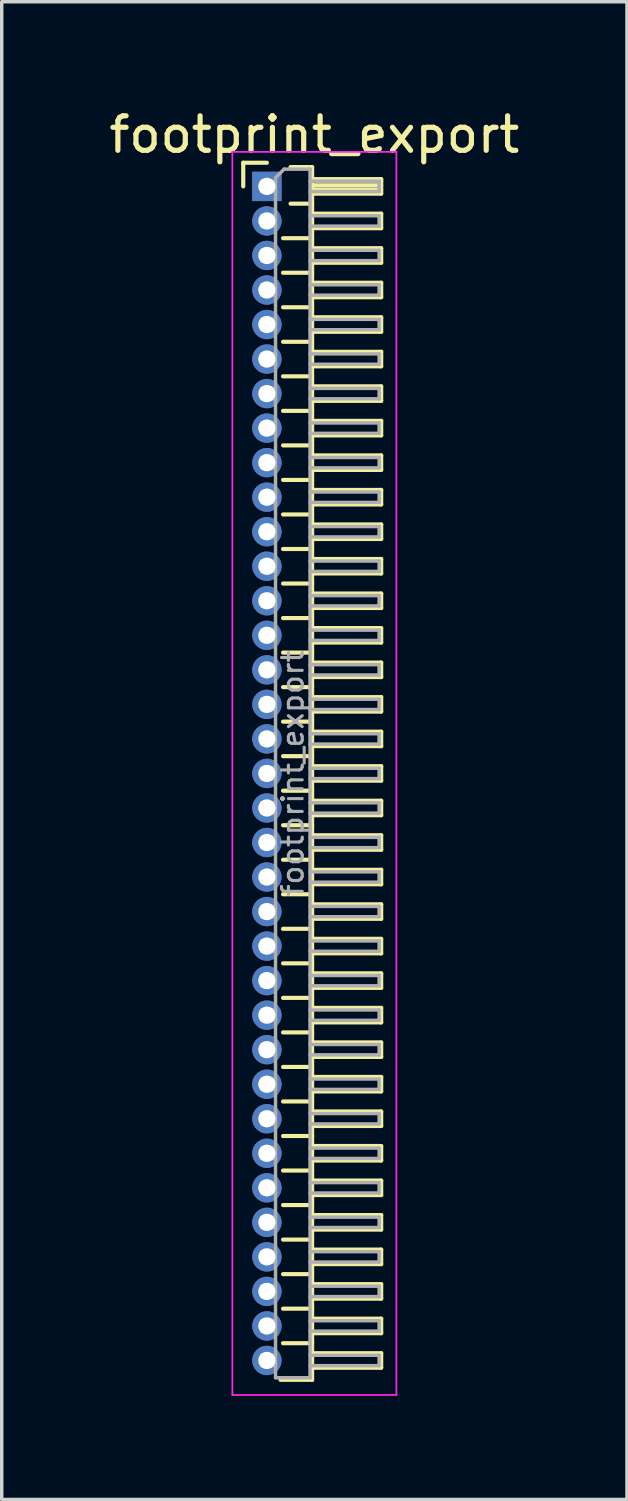
<source format=kicad_pcb>
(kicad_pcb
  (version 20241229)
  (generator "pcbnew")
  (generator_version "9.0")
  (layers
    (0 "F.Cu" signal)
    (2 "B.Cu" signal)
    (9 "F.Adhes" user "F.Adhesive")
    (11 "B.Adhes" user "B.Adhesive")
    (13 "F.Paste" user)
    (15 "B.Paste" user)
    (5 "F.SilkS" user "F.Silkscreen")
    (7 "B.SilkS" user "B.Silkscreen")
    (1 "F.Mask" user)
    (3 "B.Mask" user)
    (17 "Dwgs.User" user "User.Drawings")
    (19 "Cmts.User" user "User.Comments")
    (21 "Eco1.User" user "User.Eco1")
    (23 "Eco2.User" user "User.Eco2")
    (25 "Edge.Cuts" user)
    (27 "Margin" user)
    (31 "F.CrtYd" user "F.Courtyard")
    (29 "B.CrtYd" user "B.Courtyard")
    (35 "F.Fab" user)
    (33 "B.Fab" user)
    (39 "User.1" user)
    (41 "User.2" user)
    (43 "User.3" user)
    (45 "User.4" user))
  (footprint "footprint_export"
    (layer "F.Cu")
    (at 4.679 2.348)
    (property "Reference" "footprint_export" (at 1.375 -1.5 0) (layer "F.SilkS") (effects (font (size 1 1) (thickness 0.15))))
    (attr through_hole)
    (fp_line (start -0.685 -0.685) (end 0 -0.685) (stroke (width 0.12) (type solid)) (layer "F.SilkS"))
    (fp_line (start -0.685 0) (end -0.685 -0.685) (stroke (width 0.12) (type solid)) (layer "F.SilkS"))
    (fp_line (start 0.468 1.5) (end 1.31 1.5) (stroke (width 0.12) (type solid)) (layer "F.SilkS"))
    (fp_line (start 0.468 2.5) (end 1.31 2.5) (stroke (width 0.12) (type solid)) (layer "F.SilkS"))
    (fp_line (start 0.468 3.5) (end 1.31 3.5) (stroke (width 0.12) (type solid)) (layer "F.SilkS"))
    (fp_line (start 0.468 4.5) (end 1.31 4.5) (stroke (width 0.12) (type solid)) (layer "F.SilkS"))
    (fp_line (start 0.468 5.5) (end 1.31 5.5) (stroke (width 0.12) (type solid)) (layer "F.SilkS"))
    (fp_line (start 0.468 6.5) (end 1.31 6.5) (stroke (width 0.12) (type solid)) (layer "F.SilkS"))
    (fp_line (start 0.468 7.5) (end 1.31 7.5) (stroke (width 0.12) (type solid)) (layer "F.SilkS"))
    (fp_line (start 0.468 8.5) (end 1.31 8.5) (stroke (width 0.12) (type solid)) (layer "F.SilkS"))
    (fp_line (start 0.468 9.5) (end 1.31 9.5) (stroke (width 0.12) (type solid)) (layer "F.SilkS"))
    (fp_line (start 0.468 10.5) (end 1.31 10.5) (stroke (width 0.12) (type solid)) (layer "F.SilkS"))
    (fp_line (start 0.468 11.5) (end 1.31 11.5) (stroke (width 0.12) (type solid)) (layer "F.SilkS"))
    (fp_line (start 0.468 12.5) (end 1.31 12.5) (stroke (width 0.12) (type solid)) (layer "F.SilkS"))
    (fp_line (start 0.468 13.5) (end 1.31 13.5) (stroke (width 0.12) (type solid)) (layer "F.SilkS"))
    (fp_line (start 0.468 14.5) (end 1.31 14.5) (stroke (width 0.12) (type solid)) (layer "F.SilkS"))
    (fp_line (start 0.468 15.5) (end 1.31 15.5) (stroke (width 0.12) (type solid)) (layer "F.SilkS"))
    (fp_line (start 0.468 16.5) (end 1.31 16.5) (stroke (width 0.12) (type solid)) (layer "F.SilkS"))
    (fp_line (start 0.468 17.5) (end 1.31 17.5) (stroke (width 0.12) (type solid)) (layer "F.SilkS"))
    (fp_line (start 0.468 18.5) (end 1.31 18.5) (stroke (width 0.12) (type solid)) (layer "F.SilkS"))
    (fp_line (start 0.468 19.5) (end 1.31 19.5) (stroke (width 0.12) (type solid)) (layer "F.SilkS"))
    (fp_line (start 0.468 20.5) (end 1.31 20.5) (stroke (width 0.12) (type solid)) (layer "F.SilkS"))
    (fp_line (start 0.468 21.5) (end 1.31 21.5) (stroke (width 0.12) (type solid)) (layer "F.SilkS"))
    (fp_line (start 0.468 22.5) (end 1.31 22.5) (stroke (width 0.12) (type solid)) (layer "F.SilkS"))
    (fp_line (start 0.468 23.5) (end 1.31 23.5) (stroke (width 0.12) (type solid)) (layer "F.SilkS"))
    (fp_line (start 0.468 24.5) (end 1.31 24.5) (stroke (width 0.12) (type solid)) (layer "F.SilkS"))
    (fp_line (start 0.468 25.5) (end 1.31 25.5) (stroke (width 0.12) (type solid)) (layer "F.SilkS"))
    (fp_line (start 0.468 26.5) (end 1.31 26.5) (stroke (width 0.12) (type solid)) (layer "F.SilkS"))
    (fp_line (start 0.468 27.5) (end 1.31 27.5) (stroke (width 0.12) (type solid)) (layer "F.SilkS"))
    (fp_line (start 0.468 28.5) (end 1.31 28.5) (stroke (width 0.12) (type solid)) (layer "F.SilkS"))
    (fp_line (start 0.468 29.5) (end 1.31 29.5) (stroke (width 0.12) (type solid)) (layer "F.SilkS"))
    (fp_line (start 0.468 30.5) (end 1.31 30.5) (stroke (width 0.12) (type solid)) (layer "F.SilkS"))
    (fp_line (start 0.468 31.5) (end 1.31 31.5) (stroke (width 0.12) (type solid)) (layer "F.SilkS"))
    (fp_line (start 0.468 32.5) (end 1.31 32.5) (stroke (width 0.12) (type solid)) (layer "F.SilkS"))
    (fp_line (start 0.468 33.5) (end 1.31 33.5) (stroke (width 0.12) (type solid)) (layer "F.SilkS"))
    (fp_line (start 0.685 -0.56) (end 1.31 -0.56) (stroke (width 0.12) (type solid)) (layer "F.SilkS"))
    (fp_line (start 0.685 0.5) (end 1.31 0.5) (stroke (width 0.12) (type solid)) (layer "F.SilkS"))
    (fp_line (start 1.31 -0.56) (end 1.31 34.56) (stroke (width 0.12) (type solid)) (layer "F.SilkS"))
    (fp_line (start 1.31 -0.21) (end 3.31 -0.21) (stroke (width 0.12) (type solid)) (layer "F.SilkS"))
    (fp_line (start 1.31 -0.15) (end 3.31 -0.15) (stroke (width 0.12) (type solid)) (layer "F.SilkS"))
    (fp_line (start 1.31 -0.03) (end 3.31 -0.03) (stroke (width 0.12) (type solid)) (layer "F.SilkS"))
    (fp_line (start 1.31 0.09) (end 3.31 0.09) (stroke (width 0.12) (type solid)) (layer "F.SilkS"))
    (fp_line (start 1.31 0.79) (end 3.31 0.79) (stroke (width 0.12) (type solid)) (layer "F.SilkS"))
    (fp_line (start 1.31 1.79) (end 3.31 1.79) (stroke (width 0.12) (type solid)) (layer "F.SilkS"))
    (fp_line (start 1.31 2.79) (end 3.31 2.79) (stroke (width 0.12) (type solid)) (layer "F.SilkS"))
    (fp_line (start 1.31 3.79) (end 3.31 3.79) (stroke (width 0.12) (type solid)) (layer "F.SilkS"))
    (fp_line (start 1.31 4.79) (end 3.31 4.79) (stroke (width 0.12) (type solid)) (layer "F.SilkS"))
    (fp_line (start 1.31 5.79) (end 3.31 5.79) (stroke (width 0.12) (type solid)) (layer "F.SilkS"))
    (fp_line (start 1.31 6.79) (end 3.31 6.79) (stroke (width 0.12) (type solid)) (layer "F.SilkS"))
    (fp_line (start 1.31 7.79) (end 3.31 7.79) (stroke (width 0.12) (type solid)) (layer "F.SilkS"))
    (fp_line (start 1.31 8.79) (end 3.31 8.79) (stroke (width 0.12) (type solid)) (layer "F.SilkS"))
    (fp_line (start 1.31 9.79) (end 3.31 9.79) (stroke (width 0.12) (type solid)) (layer "F.SilkS"))
    (fp_line (start 1.31 10.79) (end 3.31 10.79) (stroke (width 0.12) (type solid)) (layer "F.SilkS"))
    (fp_line (start 1.31 11.79) (end 3.31 11.79) (stroke (width 0.12) (type solid)) (layer "F.SilkS"))
    (fp_line (start 1.31 12.79) (end 3.31 12.79) (stroke (width 0.12) (type solid)) (layer "F.SilkS"))
    (fp_line (start 1.31 13.79) (end 3.31 13.79) (stroke (width 0.12) (type solid)) (layer "F.SilkS"))
    (fp_line (start 1.31 14.79) (end 3.31 14.79) (stroke (width 0.12) (type solid)) (layer "F.SilkS"))
    (fp_line (start 1.31 15.79) (end 3.31 15.79) (stroke (width 0.12) (type solid)) (layer "F.SilkS"))
    (fp_line (start 1.31 16.79) (end 3.31 16.79) (stroke (width 0.12) (type solid)) (layer "F.SilkS"))
    (fp_line (start 1.31 17.79) (end 3.31 17.79) (stroke (width 0.12) (type solid)) (layer "F.SilkS"))
    (fp_line (start 1.31 18.79) (end 3.31 18.79) (stroke (width 0.12) (type solid)) (layer "F.SilkS"))
    (fp_line (start 1.31 19.79) (end 3.31 19.79) (stroke (width 0.12) (type solid)) (layer "F.SilkS"))
    (fp_line (start 1.31 20.79) (end 3.31 20.79) (stroke (width 0.12) (type solid)) (layer "F.SilkS"))
    (fp_line (start 1.31 21.79) (end 3.31 21.79) (stroke (width 0.12) (type solid)) (layer "F.SilkS"))
    (fp_line (start 1.31 22.79) (end 3.31 22.79) (stroke (width 0.12) (type solid)) (layer "F.SilkS"))
    (fp_line (start 1.31 23.79) (end 3.31 23.79) (stroke (width 0.12) (type solid)) (layer "F.SilkS"))
    (fp_line (start 1.31 24.79) (end 3.31 24.79) (stroke (width 0.12) (type solid)) (layer "F.SilkS"))
    (fp_line (start 1.31 25.79) (end 3.31 25.79) (stroke (width 0.12) (type solid)) (layer "F.SilkS"))
    (fp_line (start 1.31 26.79) (end 3.31 26.79) (stroke (width 0.12) (type solid)) (layer "F.SilkS"))
    (fp_line (start 1.31 27.79) (end 3.31 27.79) (stroke (width 0.12) (type solid)) (layer "F.SilkS"))
    (fp_line (start 1.31 28.79) (end 3.31 28.79) (stroke (width 0.12) (type solid)) (layer "F.SilkS"))
    (fp_line (start 1.31 29.79) (end 3.31 29.79) (stroke (width 0.12) (type solid)) (layer "F.SilkS"))
    (fp_line (start 1.31 30.79) (end 3.31 30.79) (stroke (width 0.12) (type solid)) (layer "F.SilkS"))
    (fp_line (start 1.31 31.79) (end 3.31 31.79) (stroke (width 0.12) (type solid)) (layer "F.SilkS"))
    (fp_line (start 1.31 32.79) (end 3.31 32.79) (stroke (width 0.12) (type solid)) (layer "F.SilkS"))
    (fp_line (start 1.31 33.79) (end 3.31 33.79) (stroke (width 0.12) (type solid)) (layer "F.SilkS"))
    (fp_line (start 1.31 34.56) (end 0.394 34.56) (stroke (width 0.12) (type solid)) (layer "F.SilkS"))
    (fp_line (start 3.31 -0.21) (end 3.31 0.21) (stroke (width 0.12) (type solid)) (layer "F.SilkS"))
    (fp_line (start 3.31 0.21) (end 1.31 0.21) (stroke (width 0.12) (type solid)) (layer "F.SilkS"))
    (fp_line (start 3.31 0.79) (end 3.31 1.21) (stroke (width 0.12) (type solid)) (layer "F.SilkS"))
    (fp_line (start 3.31 1.21) (end 1.31 1.21) (stroke (width 0.12) (type solid)) (layer "F.SilkS"))
    (fp_line (start 3.31 1.79) (end 3.31 2.21) (stroke (width 0.12) (type solid)) (layer "F.SilkS"))
    (fp_line (start 3.31 2.21) (end 1.31 2.21) (stroke (width 0.12) (type solid)) (layer "F.SilkS"))
    (fp_line (start 3.31 2.79) (end 3.31 3.21) (stroke (width 0.12) (type solid)) (layer "F.SilkS"))
    (fp_line (start 3.31 3.21) (end 1.31 3.21) (stroke (width 0.12) (type solid)) (layer "F.SilkS"))
    (fp_line (start 3.31 3.79) (end 3.31 4.21) (stroke (width 0.12) (type solid)) (layer "F.SilkS"))
    (fp_line (start 3.31 4.21) (end 1.31 4.21) (stroke (width 0.12) (type solid)) (layer "F.SilkS"))
    (fp_line (start 3.31 4.79) (end 3.31 5.21) (stroke (width 0.12) (type solid)) (layer "F.SilkS"))
    (fp_line (start 3.31 5.21) (end 1.31 5.21) (stroke (width 0.12) (type solid)) (layer "F.SilkS"))
    (fp_line (start 3.31 5.79) (end 3.31 6.21) (stroke (width 0.12) (type solid)) (layer "F.SilkS"))
    (fp_line (start 3.31 6.21) (end 1.31 6.21) (stroke (width 0.12) (type solid)) (layer "F.SilkS"))
    (fp_line (start 3.31 6.79) (end 3.31 7.21) (stroke (width 0.12) (type solid)) (layer "F.SilkS"))
    (fp_line (start 3.31 7.21) (end 1.31 7.21) (stroke (width 0.12) (type solid)) (layer "F.SilkS"))
    (fp_line (start 3.31 7.79) (end 3.31 8.21) (stroke (width 0.12) (type solid)) (layer "F.SilkS"))
    (fp_line (start 3.31 8.21) (end 1.31 8.21) (stroke (width 0.12) (type solid)) (layer "F.SilkS"))
    (fp_line (start 3.31 8.79) (end 3.31 9.21) (stroke (width 0.12) (type solid)) (layer "F.SilkS"))
    (fp_line (start 3.31 9.21) (end 1.31 9.21) (stroke (width 0.12) (type solid)) (layer "F.SilkS"))
    (fp_line (start 3.31 9.79) (end 3.31 10.21) (stroke (width 0.12) (type solid)) (layer "F.SilkS"))
    (fp_line (start 3.31 10.21) (end 1.31 10.21) (stroke (width 0.12) (type solid)) (layer "F.SilkS"))
    (fp_line (start 3.31 10.79) (end 3.31 11.21) (stroke (width 0.12) (type solid)) (layer "F.SilkS"))
    (fp_line (start 3.31 11.21) (end 1.31 11.21) (stroke (width 0.12) (type solid)) (layer "F.SilkS"))
    (fp_line (start 3.31 11.79) (end 3.31 12.21) (stroke (width 0.12) (type solid)) (layer "F.SilkS"))
    (fp_line (start 3.31 12.21) (end 1.31 12.21) (stroke (width 0.12) (type solid)) (layer "F.SilkS"))
    (fp_line (start 3.31 12.79) (end 3.31 13.21) (stroke (width 0.12) (type solid)) (layer "F.SilkS"))
    (fp_line (start 3.31 13.21) (end 1.31 13.21) (stroke (width 0.12) (type solid)) (layer "F.SilkS"))
    (fp_line (start 3.31 13.79) (end 3.31 14.21) (stroke (width 0.12) (type solid)) (layer "F.SilkS"))
    (fp_line (start 3.31 14.21) (end 1.31 14.21) (stroke (width 0.12) (type solid)) (layer "F.SilkS"))
    (fp_line (start 3.31 14.79) (end 3.31 15.21) (stroke (width 0.12) (type solid)) (layer "F.SilkS"))
    (fp_line (start 3.31 15.21) (end 1.31 15.21) (stroke (width 0.12) (type solid)) (layer "F.SilkS"))
    (fp_line (start 3.31 15.79) (end 3.31 16.21) (stroke (width 0.12) (type solid)) (layer "F.SilkS"))
    (fp_line (start 3.31 16.21) (end 1.31 16.21) (stroke (width 0.12) (type solid)) (layer "F.SilkS"))
    (fp_line (start 3.31 16.79) (end 3.31 17.21) (stroke (width 0.12) (type solid)) (layer "F.SilkS"))
    (fp_line (start 3.31 17.21) (end 1.31 17.21) (stroke (width 0.12) (type solid)) (layer "F.SilkS"))
    (fp_line (start 3.31 17.79) (end 3.31 18.21) (stroke (width 0.12) (type solid)) (layer "F.SilkS"))
    (fp_line (start 3.31 18.21) (end 1.31 18.21) (stroke (width 0.12) (type solid)) (layer "F.SilkS"))
    (fp_line (start 3.31 18.79) (end 3.31 19.21) (stroke (width 0.12) (type solid)) (layer "F.SilkS"))
    (fp_line (start 3.31 19.21) (end 1.31 19.21) (stroke (width 0.12) (type solid)) (layer "F.SilkS"))
    (fp_line (start 3.31 19.79) (end 3.31 20.21) (stroke (width 0.12) (type solid)) (layer "F.SilkS"))
    (fp_line (start 3.31 20.21) (end 1.31 20.21) (stroke (width 0.12) (type solid)) (layer "F.SilkS"))
    (fp_line (start 3.31 20.79) (end 3.31 21.21) (stroke (width 0.12) (type solid)) (layer "F.SilkS"))
    (fp_line (start 3.31 21.21) (end 1.31 21.21) (stroke (width 0.12) (type solid)) (layer "F.SilkS"))
    (fp_line (start 3.31 21.79) (end 3.31 22.21) (stroke (width 0.12) (type solid)) (layer "F.SilkS"))
    (fp_line (start 3.31 22.21) (end 1.31 22.21) (stroke (width 0.12) (type solid)) (layer "F.SilkS"))
    (fp_line (start 3.31 22.79) (end 3.31 23.21) (stroke (width 0.12) (type solid)) (layer "F.SilkS"))
    (fp_line (start 3.31 23.21) (end 1.31 23.21) (stroke (width 0.12) (type solid)) (layer "F.SilkS"))
    (fp_line (start 3.31 23.79) (end 3.31 24.21) (stroke (width 0.12) (type solid)) (layer "F.SilkS"))
    (fp_line (start 3.31 24.21) (end 1.31 24.21) (stroke (width 0.12) (type solid)) (layer "F.SilkS"))
    (fp_line (start 3.31 24.79) (end 3.31 25.21) (stroke (width 0.12) (type solid)) (layer "F.SilkS"))
    (fp_line (start 3.31 25.21) (end 1.31 25.21) (stroke (width 0.12) (type solid)) (layer "F.SilkS"))
    (fp_line (start 3.31 25.79) (end 3.31 26.21) (stroke (width 0.12) (type solid)) (layer "F.SilkS"))
    (fp_line (start 3.31 26.21) (end 1.31 26.21) (stroke (width 0.12) (type solid)) (layer "F.SilkS"))
    (fp_line (start 3.31 26.79) (end 3.31 27.21) (stroke (width 0.12) (type solid)) (layer "F.SilkS"))
    (fp_line (start 3.31 27.21) (end 1.31 27.21) (stroke (width 0.12) (type solid)) (layer "F.SilkS"))
    (fp_line (start 3.31 27.79) (end 3.31 28.21) (stroke (width 0.12) (type solid)) (layer "F.SilkS"))
    (fp_line (start 3.31 28.21) (end 1.31 28.21) (stroke (width 0.12) (type solid)) (layer "F.SilkS"))
    (fp_line (start 3.31 28.79) (end 3.31 29.21) (stroke (width 0.12) (type solid)) (layer "F.SilkS"))
    (fp_line (start 3.31 29.21) (end 1.31 29.21) (stroke (width 0.12) (type solid)) (layer "F.SilkS"))
    (fp_line (start 3.31 29.79) (end 3.31 30.21) (stroke (width 0.12) (type solid)) (layer "F.SilkS"))
    (fp_line (start 3.31 30.21) (end 1.31 30.21) (stroke (width 0.12) (type solid)) (layer "F.SilkS"))
    (fp_line (start 3.31 30.79) (end 3.31 31.21) (stroke (width 0.12) (type solid)) (layer "F.SilkS"))
    (fp_line (start 3.31 31.21) (end 1.31 31.21) (stroke (width 0.12) (type solid)) (layer "F.SilkS"))
    (fp_line (start 3.31 31.79) (end 3.31 32.21) (stroke (width 0.12) (type solid)) (layer "F.SilkS"))
    (fp_line (start 3.31 32.21) (end 1.31 32.21) (stroke (width 0.12) (type solid)) (layer "F.SilkS"))
    (fp_line (start 3.31 32.79) (end 3.31 33.21) (stroke (width 0.12) (type solid)) (layer "F.SilkS"))
    (fp_line (start 3.31 33.21) (end 1.31 33.21) (stroke (width 0.12) (type solid)) (layer "F.SilkS"))
    (fp_line (start 3.31 33.79) (end 3.31 34.21) (stroke (width 0.12) (type solid)) (layer "F.SilkS"))
    (fp_line (start 3.31 34.21) (end 1.31 34.21) (stroke (width 0.12) (type solid)) (layer "F.SilkS"))
    (fp_line (start -1 -1) (end -1 35) (stroke (width 0.05) (type solid)) (layer "F.CrtYd"))
    (fp_line (start -1 35) (end 3.75 35) (stroke (width 0.05) (type solid)) (layer "F.CrtYd"))
    (fp_line (start 3.75 -1) (end -1 -1) (stroke (width 0.05) (type solid)) (layer "F.CrtYd"))
    (fp_line (start 3.75 35) (end 3.75 -1) (stroke (width 0.05) (type solid)) (layer "F.CrtYd"))
    (fp_line (start -0.15 -0.15) (end -0.15 0.15) (stroke (width 0.1) (type solid)) (layer "F.Fab"))
    (fp_line (start -0.15 -0.15) (end 0.25 -0.15) (stroke (width 0.1) (type solid)) (layer "F.Fab"))
    (fp_line (start -0.15 0.15) (end 0.25 0.15) (stroke (width 0.1) (type solid)) (layer "F.Fab"))
    (fp_line (start -0.15 0.85) (end -0.15 1.15) (stroke (width 0.1) (type solid)) (layer "F.Fab"))
    (fp_line (start -0.15 0.85) (end 0.25 0.85) (stroke (width 0.1) (type solid)) (layer "F.Fab"))
    (fp_line (start -0.15 1.15) (end 0.25 1.15) (stroke (width 0.1) (type solid)) (layer "F.Fab"))
    (fp_line (start -0.15 1.85) (end -0.15 2.15) (stroke (width 0.1) (type solid)) (layer "F.Fab"))
    (fp_line (start -0.15 1.85) (end 0.25 1.85) (stroke (width 0.1) (type solid)) (layer "F.Fab"))
    (fp_line (start -0.15 2.15) (end 0.25 2.15) (stroke (width 0.1) (type solid)) (layer "F.Fab"))
    (fp_line (start -0.15 2.85) (end -0.15 3.15) (stroke (width 0.1) (type solid)) (layer "F.Fab"))
    (fp_line (start -0.15 2.85) (end 0.25 2.85) (stroke (width 0.1) (type solid)) (layer "F.Fab"))
    (fp_line (start -0.15 3.15) (end 0.25 3.15) (stroke (width 0.1) (type solid)) (layer "F.Fab"))
    (fp_line (start -0.15 3.85) (end -0.15 4.15) (stroke (width 0.1) (type solid)) (layer "F.Fab"))
    (fp_line (start -0.15 3.85) (end 0.25 3.85) (stroke (width 0.1) (type solid)) (layer "F.Fab"))
    (fp_line (start -0.15 4.15) (end 0.25 4.15) (stroke (width 0.1) (type solid)) (layer "F.Fab"))
    (fp_line (start -0.15 4.85) (end -0.15 5.15) (stroke (width 0.1) (type solid)) (layer "F.Fab"))
    (fp_line (start -0.15 4.85) (end 0.25 4.85) (stroke (width 0.1) (type solid)) (layer "F.Fab"))
    (fp_line (start -0.15 5.15) (end 0.25 5.15) (stroke (width 0.1) (type solid)) (layer "F.Fab"))
    (fp_line (start -0.15 5.85) (end -0.15 6.15) (stroke (width 0.1) (type solid)) (layer "F.Fab"))
    (fp_line (start -0.15 5.85) (end 0.25 5.85) (stroke (width 0.1) (type solid)) (layer "F.Fab"))
    (fp_line (start -0.15 6.15) (end 0.25 6.15) (stroke (width 0.1) (type solid)) (layer "F.Fab"))
    (fp_line (start -0.15 6.85) (end -0.15 7.15) (stroke (width 0.1) (type solid)) (layer "F.Fab"))
    (fp_line (start -0.15 6.85) (end 0.25 6.85) (stroke (width 0.1) (type solid)) (layer "F.Fab"))
    (fp_line (start -0.15 7.15) (end 0.25 7.15) (stroke (width 0.1) (type solid)) (layer "F.Fab"))
    (fp_line (start -0.15 7.85) (end -0.15 8.15) (stroke (width 0.1) (type solid)) (layer "F.Fab"))
    (fp_line (start -0.15 7.85) (end 0.25 7.85) (stroke (width 0.1) (type solid)) (layer "F.Fab"))
    (fp_line (start -0.15 8.15) (end 0.25 8.15) (stroke (width 0.1) (type solid)) (layer "F.Fab"))
    (fp_line (start -0.15 8.85) (end -0.15 9.15) (stroke (width 0.1) (type solid)) (layer "F.Fab"))
    (fp_line (start -0.15 8.85) (end 0.25 8.85) (stroke (width 0.1) (type solid)) (layer "F.Fab"))
    (fp_line (start -0.15 9.15) (end 0.25 9.15) (stroke (width 0.1) (type solid)) (layer "F.Fab"))
    (fp_line (start -0.15 9.85) (end -0.15 10.15) (stroke (width 0.1) (type solid)) (layer "F.Fab"))
    (fp_line (start -0.15 9.85) (end 0.25 9.85) (stroke (width 0.1) (type solid)) (layer "F.Fab"))
    (fp_line (start -0.15 10.15) (end 0.25 10.15) (stroke (width 0.1) (type solid)) (layer "F.Fab"))
    (fp_line (start -0.15 10.85) (end -0.15 11.15) (stroke (width 0.1) (type solid)) (layer "F.Fab"))
    (fp_line (start -0.15 10.85) (end 0.25 10.85) (stroke (width 0.1) (type solid)) (layer "F.Fab"))
    (fp_line (start -0.15 11.15) (end 0.25 11.15) (stroke (width 0.1) (type solid)) (layer "F.Fab"))
    (fp_line (start -0.15 11.85) (end -0.15 12.15) (stroke (width 0.1) (type solid)) (layer "F.Fab"))
    (fp_line (start -0.15 11.85) (end 0.25 11.85) (stroke (width 0.1) (type solid)) (layer "F.Fab"))
    (fp_line (start -0.15 12.15) (end 0.25 12.15) (stroke (width 0.1) (type solid)) (layer "F.Fab"))
    (fp_line (start -0.15 12.85) (end -0.15 13.15) (stroke (width 0.1) (type solid)) (layer "F.Fab"))
    (fp_line (start -0.15 12.85) (end 0.25 12.85) (stroke (width 0.1) (type solid)) (layer "F.Fab"))
    (fp_line (start -0.15 13.15) (end 0.25 13.15) (stroke (width 0.1) (type solid)) (layer "F.Fab"))
    (fp_line (start -0.15 13.85) (end -0.15 14.15) (stroke (width 0.1) (type solid)) (layer "F.Fab"))
    (fp_line (start -0.15 13.85) (end 0.25 13.85) (stroke (width 0.1) (type solid)) (layer "F.Fab"))
    (fp_line (start -0.15 14.15) (end 0.25 14.15) (stroke (width 0.1) (type solid)) (layer "F.Fab"))
    (fp_line (start -0.15 14.85) (end -0.15 15.15) (stroke (width 0.1) (type solid)) (layer "F.Fab"))
    (fp_line (start -0.15 14.85) (end 0.25 14.85) (stroke (width 0.1) (type solid)) (layer "F.Fab"))
    (fp_line (start -0.15 15.15) (end 0.25 15.15) (stroke (width 0.1) (type solid)) (layer "F.Fab"))
    (fp_line (start -0.15 15.85) (end -0.15 16.15) (stroke (width 0.1) (type solid)) (layer "F.Fab"))
    (fp_line (start -0.15 15.85) (end 0.25 15.85) (stroke (width 0.1) (type solid)) (layer "F.Fab"))
    (fp_line (start -0.15 16.15) (end 0.25 16.15) (stroke (width 0.1) (type solid)) (layer "F.Fab"))
    (fp_line (start -0.15 16.85) (end -0.15 17.15) (stroke (width 0.1) (type solid)) (layer "F.Fab"))
    (fp_line (start -0.15 16.85) (end 0.25 16.85) (stroke (width 0.1) (type solid)) (layer "F.Fab"))
    (fp_line (start -0.15 17.15) (end 0.25 17.15) (stroke (width 0.1) (type solid)) (layer "F.Fab"))
    (fp_line (start -0.15 17.85) (end -0.15 18.15) (stroke (width 0.1) (type solid)) (layer "F.Fab"))
    (fp_line (start -0.15 17.85) (end 0.25 17.85) (stroke (width 0.1) (type solid)) (layer "F.Fab"))
    (fp_line (start -0.15 18.15) (end 0.25 18.15) (stroke (width 0.1) (type solid)) (layer "F.Fab"))
    (fp_line (start -0.15 18.85) (end -0.15 19.15) (stroke (width 0.1) (type solid)) (layer "F.Fab"))
    (fp_line (start -0.15 18.85) (end 0.25 18.85) (stroke (width 0.1) (type solid)) (layer "F.Fab"))
    (fp_line (start -0.15 19.15) (end 0.25 19.15) (stroke (width 0.1) (type solid)) (layer "F.Fab"))
    (fp_line (start -0.15 19.85) (end -0.15 20.15) (stroke (width 0.1) (type solid)) (layer "F.Fab"))
    (fp_line (start -0.15 19.85) (end 0.25 19.85) (stroke (width 0.1) (type solid)) (layer "F.Fab"))
    (fp_line (start -0.15 20.15) (end 0.25 20.15) (stroke (width 0.1) (type solid)) (layer "F.Fab"))
    (fp_line (start -0.15 20.85) (end -0.15 21.15) (stroke (width 0.1) (type solid)) (layer "F.Fab"))
    (fp_line (start -0.15 20.85) (end 0.25 20.85) (stroke (width 0.1) (type solid)) (layer "F.Fab"))
    (fp_line (start -0.15 21.15) (end 0.25 21.15) (stroke (width 0.1) (type solid)) (layer "F.Fab"))
    (fp_line (start -0.15 21.85) (end -0.15 22.15) (stroke (width 0.1) (type solid)) (layer "F.Fab"))
    (fp_line (start -0.15 21.85) (end 0.25 21.85) (stroke (width 0.1) (type solid)) (layer "F.Fab"))
    (fp_line (start -0.15 22.15) (end 0.25 22.15) (stroke (width 0.1) (type solid)) (layer "F.Fab"))
    (fp_line (start -0.15 22.85) (end -0.15 23.15) (stroke (width 0.1) (type solid)) (layer "F.Fab"))
    (fp_line (start -0.15 22.85) (end 0.25 22.85) (stroke (width 0.1) (type solid)) (layer "F.Fab"))
    (fp_line (start -0.15 23.15) (end 0.25 23.15) (stroke (width 0.1) (type solid)) (layer "F.Fab"))
    (fp_line (start -0.15 23.85) (end -0.15 24.15) (stroke (width 0.1) (type solid)) (layer "F.Fab"))
    (fp_line (start -0.15 23.85) (end 0.25 23.85) (stroke (width 0.1) (type solid)) (layer "F.Fab"))
    (fp_line (start -0.15 24.15) (end 0.25 24.15) (stroke (width 0.1) (type solid)) (layer "F.Fab"))
    (fp_line (start -0.15 24.85) (end -0.15 25.15) (stroke (width 0.1) (type solid)) (layer "F.Fab"))
    (fp_line (start -0.15 24.85) (end 0.25 24.85) (stroke (width 0.1) (type solid)) (layer "F.Fab"))
    (fp_line (start -0.15 25.15) (end 0.25 25.15) (stroke (width 0.1) (type solid)) (layer "F.Fab"))
    (fp_line (start -0.15 25.85) (end -0.15 26.15) (stroke (width 0.1) (type solid)) (layer "F.Fab"))
    (fp_line (start -0.15 25.85) (end 0.25 25.85) (stroke (width 0.1) (type solid)) (layer "F.Fab"))
    (fp_line (start -0.15 26.15) (end 0.25 26.15) (stroke (width 0.1) (type solid)) (layer "F.Fab"))
    (fp_line (start -0.15 26.85) (end -0.15 27.15) (stroke (width 0.1) (type solid)) (layer "F.Fab"))
    (fp_line (start -0.15 26.85) (end 0.25 26.85) (stroke (width 0.1) (type solid)) (layer "F.Fab"))
    (fp_line (start -0.15 27.15) (end 0.25 27.15) (stroke (width 0.1) (type solid)) (layer "F.Fab"))
    (fp_line (start -0.15 27.85) (end -0.15 28.15) (stroke (width 0.1) (type solid)) (layer "F.Fab"))
    (fp_line (start -0.15 27.85) (end 0.25 27.85) (stroke (width 0.1) (type solid)) (layer "F.Fab"))
    (fp_line (start -0.15 28.15) (end 0.25 28.15) (stroke (width 0.1) (type solid)) (layer "F.Fab"))
    (fp_line (start -0.15 28.85) (end -0.15 29.15) (stroke (width 0.1) (type solid)) (layer "F.Fab"))
    (fp_line (start -0.15 28.85) (end 0.25 28.85) (stroke (width 0.1) (type solid)) (layer "F.Fab"))
    (fp_line (start -0.15 29.15) (end 0.25 29.15) (stroke (width 0.1) (type solid)) (layer "F.Fab"))
    (fp_line (start -0.15 29.85) (end -0.15 30.15) (stroke (width 0.1) (type solid)) (layer "F.Fab"))
    (fp_line (start -0.15 29.85) (end 0.25 29.85) (stroke (width 0.1) (type solid)) (layer "F.Fab"))
    (fp_line (start -0.15 30.15) (end 0.25 30.15) (stroke (width 0.1) (type solid)) (layer "F.Fab"))
    (fp_line (start -0.15 30.85) (end -0.15 31.15) (stroke (width 0.1) (type solid)) (layer "F.Fab"))
    (fp_line (start -0.15 30.85) (end 0.25 30.85) (stroke (width 0.1) (type solid)) (layer "F.Fab"))
    (fp_line (start -0.15 31.15) (end 0.25 31.15) (stroke (width 0.1) (type solid)) (layer "F.Fab"))
    (fp_line (start -0.15 31.85) (end -0.15 32.15) (stroke (width 0.1) (type solid)) (layer "F.Fab"))
    (fp_line (start -0.15 31.85) (end 0.25 31.85) (stroke (width 0.1) (type solid)) (layer "F.Fab"))
    (fp_line (start -0.15 32.15) (end 0.25 32.15) (stroke (width 0.1) (type solid)) (layer "F.Fab"))
    (fp_line (start -0.15 32.85) (end -0.15 33.15) (stroke (width 0.1) (type solid)) (layer "F.Fab"))
    (fp_line (start -0.15 32.85) (end 0.25 32.85) (stroke (width 0.1) (type solid)) (layer "F.Fab"))
    (fp_line (start -0.15 33.15) (end 0.25 33.15) (stroke (width 0.1) (type solid)) (layer "F.Fab"))
    (fp_line (start -0.15 33.85) (end -0.15 34.15) (stroke (width 0.1) (type solid)) (layer "F.Fab"))
    (fp_line (start -0.15 33.85) (end 0.25 33.85) (stroke (width 0.1) (type solid)) (layer "F.Fab"))
    (fp_line (start -0.15 34.15) (end 0.25 34.15) (stroke (width 0.1) (type solid)) (layer "F.Fab"))
    (fp_line (start 0.25 -0.25) (end 0.5 -0.5) (stroke (width 0.1) (type solid)) (layer "F.Fab"))
    (fp_line (start 0.25 34.5) (end 0.25 -0.25) (stroke (width 0.1) (type solid)) (layer "F.Fab"))
    (fp_line (start 0.5 -0.5) (end 1.25 -0.5) (stroke (width 0.1) (type solid)) (layer "F.Fab"))
    (fp_line (start 1.25 -0.5) (end 1.25 34.5) (stroke (width 0.1) (type solid)) (layer "F.Fab"))
    (fp_line (start 1.25 -0.15) (end 3.25 -0.15) (stroke (width 0.1) (type solid)) (layer "F.Fab"))
    (fp_line (start 1.25 0.15) (end 3.25 0.15) (stroke (width 0.1) (type solid)) (layer "F.Fab"))
    (fp_line (start 1.25 0.85) (end 3.25 0.85) (stroke (width 0.1) (type solid)) (layer "F.Fab"))
    (fp_line (start 1.25 1.15) (end 3.25 1.15) (stroke (width 0.1) (type solid)) (layer "F.Fab"))
    (fp_line (start 1.25 1.85) (end 3.25 1.85) (stroke (width 0.1) (type solid)) (layer "F.Fab"))
    (fp_line (start 1.25 2.15) (end 3.25 2.15) (stroke (width 0.1) (type solid)) (layer "F.Fab"))
    (fp_line (start 1.25 2.85) (end 3.25 2.85) (stroke (width 0.1) (type solid)) (layer "F.Fab"))
    (fp_line (start 1.25 3.15) (end 3.25 3.15) (stroke (width 0.1) (type solid)) (layer "F.Fab"))
    (fp_line (start 1.25 3.85) (end 3.25 3.85) (stroke (width 0.1) (type solid)) (layer "F.Fab"))
    (fp_line (start 1.25 4.15) (end 3.25 4.15) (stroke (width 0.1) (type solid)) (layer "F.Fab"))
    (fp_line (start 1.25 4.85) (end 3.25 4.85) (stroke (width 0.1) (type solid)) (layer "F.Fab"))
    (fp_line (start 1.25 5.15) (end 3.25 5.15) (stroke (width 0.1) (type solid)) (layer "F.Fab"))
    (fp_line (start 1.25 5.85) (end 3.25 5.85) (stroke (width 0.1) (type solid)) (layer "F.Fab"))
    (fp_line (start 1.25 6.15) (end 3.25 6.15) (stroke (width 0.1) (type solid)) (layer "F.Fab"))
    (fp_line (start 1.25 6.85) (end 3.25 6.85) (stroke (width 0.1) (type solid)) (layer "F.Fab"))
    (fp_line (start 1.25 7.15) (end 3.25 7.15) (stroke (width 0.1) (type solid)) (layer "F.Fab"))
    (fp_line (start 1.25 7.85) (end 3.25 7.85) (stroke (width 0.1) (type solid)) (layer "F.Fab"))
    (fp_line (start 1.25 8.15) (end 3.25 8.15) (stroke (width 0.1) (type solid)) (layer "F.Fab"))
    (fp_line (start 1.25 8.85) (end 3.25 8.85) (stroke (width 0.1) (type solid)) (layer "F.Fab"))
    (fp_line (start 1.25 9.15) (end 3.25 9.15) (stroke (width 0.1) (type solid)) (layer "F.Fab"))
    (fp_line (start 1.25 9.85) (end 3.25 9.85) (stroke (width 0.1) (type solid)) (layer "F.Fab"))
    (fp_line (start 1.25 10.15) (end 3.25 10.15) (stroke (width 0.1) (type solid)) (layer "F.Fab"))
    (fp_line (start 1.25 10.85) (end 3.25 10.85) (stroke (width 0.1) (type solid)) (layer "F.Fab"))
    (fp_line (start 1.25 11.15) (end 3.25 11.15) (stroke (width 0.1) (type solid)) (layer "F.Fab"))
    (fp_line (start 1.25 11.85) (end 3.25 11.85) (stroke (width 0.1) (type solid)) (layer "F.Fab"))
    (fp_line (start 1.25 12.15) (end 3.25 12.15) (stroke (width 0.1) (type solid)) (layer "F.Fab"))
    (fp_line (start 1.25 12.85) (end 3.25 12.85) (stroke (width 0.1) (type solid)) (layer "F.Fab"))
    (fp_line (start 1.25 13.15) (end 3.25 13.15) (stroke (width 0.1) (type solid)) (layer "F.Fab"))
    (fp_line (start 1.25 13.85) (end 3.25 13.85) (stroke (width 0.1) (type solid)) (layer "F.Fab"))
    (fp_line (start 1.25 14.15) (end 3.25 14.15) (stroke (width 0.1) (type solid)) (layer "F.Fab"))
    (fp_line (start 1.25 14.85) (end 3.25 14.85) (stroke (width 0.1) (type solid)) (layer "F.Fab"))
    (fp_line (start 1.25 15.15) (end 3.25 15.15) (stroke (width 0.1) (type solid)) (layer "F.Fab"))
    (fp_line (start 1.25 15.85) (end 3.25 15.85) (stroke (width 0.1) (type solid)) (layer "F.Fab"))
    (fp_line (start 1.25 16.15) (end 3.25 16.15) (stroke (width 0.1) (type solid)) (layer "F.Fab"))
    (fp_line (start 1.25 16.85) (end 3.25 16.85) (stroke (width 0.1) (type solid)) (layer "F.Fab"))
    (fp_line (start 1.25 17.15) (end 3.25 17.15) (stroke (width 0.1) (type solid)) (layer "F.Fab"))
    (fp_line (start 1.25 17.85) (end 3.25 17.85) (stroke (width 0.1) (type solid)) (layer "F.Fab"))
    (fp_line (start 1.25 18.15) (end 3.25 18.15) (stroke (width 0.1) (type solid)) (layer "F.Fab"))
    (fp_line (start 1.25 18.85) (end 3.25 18.85) (stroke (width 0.1) (type solid)) (layer "F.Fab"))
    (fp_line (start 1.25 19.15) (end 3.25 19.15) (stroke (width 0.1) (type solid)) (layer "F.Fab"))
    (fp_line (start 1.25 19.85) (end 3.25 19.85) (stroke (width 0.1) (type solid)) (layer "F.Fab"))
    (fp_line (start 1.25 20.15) (end 3.25 20.15) (stroke (width 0.1) (type solid)) (layer "F.Fab"))
    (fp_line (start 1.25 20.85) (end 3.25 20.85) (stroke (width 0.1) (type solid)) (layer "F.Fab"))
    (fp_line (start 1.25 21.15) (end 3.25 21.15) (stroke (width 0.1) (type solid)) (layer "F.Fab"))
    (fp_line (start 1.25 21.85) (end 3.25 21.85) (stroke (width 0.1) (type solid)) (layer "F.Fab"))
    (fp_line (start 1.25 22.15) (end 3.25 22.15) (stroke (width 0.1) (type solid)) (layer "F.Fab"))
    (fp_line (start 1.25 22.85) (end 3.25 22.85) (stroke (width 0.1) (type solid)) (layer "F.Fab"))
    (fp_line (start 1.25 23.15) (end 3.25 23.15) (stroke (width 0.1) (type solid)) (layer "F.Fab"))
    (fp_line (start 1.25 23.85) (end 3.25 23.85) (stroke (width 0.1) (type solid)) (layer "F.Fab"))
    (fp_line (start 1.25 24.15) (end 3.25 24.15) (stroke (width 0.1) (type solid)) (layer "F.Fab"))
    (fp_line (start 1.25 24.85) (end 3.25 24.85) (stroke (width 0.1) (type solid)) (layer "F.Fab"))
    (fp_line (start 1.25 25.15) (end 3.25 25.15) (stroke (width 0.1) (type solid)) (layer "F.Fab"))
    (fp_line (start 1.25 25.85) (end 3.25 25.85) (stroke (width 0.1) (type solid)) (layer "F.Fab"))
    (fp_line (start 1.25 26.15) (end 3.25 26.15) (stroke (width 0.1) (type solid)) (layer "F.Fab"))
    (fp_line (start 1.25 26.85) (end 3.25 26.85) (stroke (width 0.1) (type solid)) (layer "F.Fab"))
    (fp_line (start 1.25 27.15) (end 3.25 27.15) (stroke (width 0.1) (type solid)) (layer "F.Fab"))
    (fp_line (start 1.25 27.85) (end 3.25 27.85) (stroke (width 0.1) (type solid)) (layer "F.Fab"))
    (fp_line (start 1.25 28.15) (end 3.25 28.15) (stroke (width 0.1) (type solid)) (layer "F.Fab"))
    (fp_line (start 1.25 28.85) (end 3.25 28.85) (stroke (width 0.1) (type solid)) (layer "F.Fab"))
    (fp_line (start 1.25 29.15) (end 3.25 29.15) (stroke (width 0.1) (type solid)) (layer "F.Fab"))
    (fp_line (start 1.25 29.85) (end 3.25 29.85) (stroke (width 0.1) (type solid)) (layer "F.Fab"))
    (fp_line (start 1.25 30.15) (end 3.25 30.15) (stroke (width 0.1) (type solid)) (layer "F.Fab"))
    (fp_line (start 1.25 30.85) (end 3.25 30.85) (stroke (width 0.1) (type solid)) (layer "F.Fab"))
    (fp_line (start 1.25 31.15) (end 3.25 31.15) (stroke (width 0.1) (type solid)) (layer "F.Fab"))
    (fp_line (start 1.25 31.85) (end 3.25 31.85) (stroke (width 0.1) (type solid)) (layer "F.Fab"))
    (fp_line (start 1.25 32.15) (end 3.25 32.15) (stroke (width 0.1) (type solid)) (layer "F.Fab"))
    (fp_line (start 1.25 32.85) (end 3.25 32.85) (stroke (width 0.1) (type solid)) (layer "F.Fab"))
    (fp_line (start 1.25 33.15) (end 3.25 33.15) (stroke (width 0.1) (type solid)) (layer "F.Fab"))
    (fp_line (start 1.25 33.85) (end 3.25 33.85) (stroke (width 0.1) (type solid)) (layer "F.Fab"))
    (fp_line (start 1.25 34.15) (end 3.25 34.15) (stroke (width 0.1) (type solid)) (layer "F.Fab"))
    (fp_line (start 1.25 34.5) (end 0.25 34.5) (stroke (width 0.1) (type solid)) (layer "F.Fab"))
    (fp_line (start 3.25 -0.15) (end 3.25 0.15) (stroke (width 0.1) (type solid)) (layer "F.Fab"))
    (fp_line (start 3.25 0.85) (end 3.25 1.15) (stroke (width 0.1) (type solid)) (layer "F.Fab"))
    (fp_line (start 3.25 1.85) (end 3.25 2.15) (stroke (width 0.1) (type solid)) (layer "F.Fab"))
    (fp_line (start 3.25 2.85) (end 3.25 3.15) (stroke (width 0.1) (type solid)) (layer "F.Fab"))
    (fp_line (start 3.25 3.85) (end 3.25 4.15) (stroke (width 0.1) (type solid)) (layer "F.Fab"))
    (fp_line (start 3.25 4.85) (end 3.25 5.15) (stroke (width 0.1) (type solid)) (layer "F.Fab"))
    (fp_line (start 3.25 5.85) (end 3.25 6.15) (stroke (width 0.1) (type solid)) (layer "F.Fab"))
    (fp_line (start 3.25 6.85) (end 3.25 7.15) (stroke (width 0.1) (type solid)) (layer "F.Fab"))
    (fp_line (start 3.25 7.85) (end 3.25 8.15) (stroke (width 0.1) (type solid)) (layer "F.Fab"))
    (fp_line (start 3.25 8.85) (end 3.25 9.15) (stroke (width 0.1) (type solid)) (layer "F.Fab"))
    (fp_line (start 3.25 9.85) (end 3.25 10.15) (stroke (width 0.1) (type solid)) (layer "F.Fab"))
    (fp_line (start 3.25 10.85) (end 3.25 11.15) (stroke (width 0.1) (type solid)) (layer "F.Fab"))
    (fp_line (start 3.25 11.85) (end 3.25 12.15) (stroke (width 0.1) (type solid)) (layer "F.Fab"))
    (fp_line (start 3.25 12.85) (end 3.25 13.15) (stroke (width 0.1) (type solid)) (layer "F.Fab"))
    (fp_line (start 3.25 13.85) (end 3.25 14.15) (stroke (width 0.1) (type solid)) (layer "F.Fab"))
    (fp_line (start 3.25 14.85) (end 3.25 15.15) (stroke (width 0.1) (type solid)) (layer "F.Fab"))
    (fp_line (start 3.25 15.85) (end 3.25 16.15) (stroke (width 0.1) (type solid)) (layer "F.Fab"))
    (fp_line (start 3.25 16.85) (end 3.25 17.15) (stroke (width 0.1) (type solid)) (layer "F.Fab"))
    (fp_line (start 3.25 17.85) (end 3.25 18.15) (stroke (width 0.1) (type solid)) (layer "F.Fab"))
    (fp_line (start 3.25 18.85) (end 3.25 19.15) (stroke (width 0.1) (type solid)) (layer "F.Fab"))
    (fp_line (start 3.25 19.85) (end 3.25 20.15) (stroke (width 0.1) (type solid)) (layer "F.Fab"))
    (fp_line (start 3.25 20.85) (end 3.25 21.15) (stroke (width 0.1) (type solid)) (layer "F.Fab"))
    (fp_line (start 3.25 21.85) (end 3.25 22.15) (stroke (width 0.1) (type solid)) (layer "F.Fab"))
    (fp_line (start 3.25 22.85) (end 3.25 23.15) (stroke (width 0.1) (type solid)) (layer "F.Fab"))
    (fp_line (start 3.25 23.85) (end 3.25 24.15) (stroke (width 0.1) (type solid)) (layer "F.Fab"))
    (fp_line (start 3.25 24.85) (end 3.25 25.15) (stroke (width 0.1) (type solid)) (layer "F.Fab"))
    (fp_line (start 3.25 25.85) (end 3.25 26.15) (stroke (width 0.1) (type solid)) (layer "F.Fab"))
    (fp_line (start 3.25 26.85) (end 3.25 27.15) (stroke (width 0.1) (type solid)) (layer "F.Fab"))
    (fp_line (start 3.25 27.85) (end 3.25 28.15) (stroke (width 0.1) (type solid)) (layer "F.Fab"))
    (fp_line (start 3.25 28.85) (end 3.25 29.15) (stroke (width 0.1) (type solid)) (layer "F.Fab"))
    (fp_line (start 3.25 29.85) (end 3.25 30.15) (stroke (width 0.1) (type solid)) (layer "F.Fab"))
    (fp_line (start 3.25 30.85) (end 3.25 31.15) (stroke (width 0.1) (type solid)) (layer "F.Fab"))
    (fp_line (start 3.25 31.85) (end 3.25 32.15) (stroke (width 0.1) (type solid)) (layer "F.Fab"))
    (fp_line (start 3.25 32.85) (end 3.25 33.15) (stroke (width 0.1) (type solid)) (layer "F.Fab"))
    (fp_line (start 3.25 33.85) (end 3.25 34.15) (stroke (width 0.1) (type solid)) (layer "F.Fab"))
    (fp_text user "${REFERENCE}" (at 0.75 17 90) (layer "F.Fab") (effects (font (size 0.6 0.6) (thickness 0.09))))
    (pad "1" thru_hole rect (at 0 0) (size 0.85 0.85) (drill 0.5) (layers "*.Cu" "*.Mask"))
    (pad "2" thru_hole oval (at 0 1) (size 0.85 0.85) (drill 0.5) (layers "*.Cu" "*.Mask"))
    (pad "3" thru_hole oval (at 0 2) (size 0.85 0.85) (drill 0.5) (layers "*.Cu" "*.Mask"))
    (pad "4" thru_hole oval (at 0 3) (size 0.85 0.85) (drill 0.5) (layers "*.Cu" "*.Mask"))
    (pad "5" thru_hole oval (at 0 4) (size 0.85 0.85) (drill 0.5) (layers "*.Cu" "*.Mask"))
    (pad "6" thru_hole oval (at 0 5) (size 0.85 0.85) (drill 0.5) (layers "*.Cu" "*.Mask"))
    (pad "7" thru_hole oval (at 0 6) (size 0.85 0.85) (drill 0.5) (layers "*.Cu" "*.Mask"))
    (pad "8" thru_hole oval (at 0 7) (size 0.85 0.85) (drill 0.5) (layers "*.Cu" "*.Mask"))
    (pad "9" thru_hole oval (at 0 8) (size 0.85 0.85) (drill 0.5) (layers "*.Cu" "*.Mask"))
    (pad "10" thru_hole oval (at 0 9) (size 0.85 0.85) (drill 0.5) (layers "*.Cu" "*.Mask"))
    (pad "11" thru_hole oval (at 0 10) (size 0.85 0.85) (drill 0.5) (layers "*.Cu" "*.Mask"))
    (pad "12" thru_hole oval (at 0 11) (size 0.85 0.85) (drill 0.5) (layers "*.Cu" "*.Mask"))
    (pad "13" thru_hole oval (at 0 12) (size 0.85 0.85) (drill 0.5) (layers "*.Cu" "*.Mask"))
    (pad "14" thru_hole oval (at 0 13) (size 0.85 0.85) (drill 0.5) (layers "*.Cu" "*.Mask"))
    (pad "15" thru_hole oval (at 0 14) (size 0.85 0.85) (drill 0.5) (layers "*.Cu" "*.Mask"))
    (pad "16" thru_hole oval (at 0 15) (size 0.85 0.85) (drill 0.5) (layers "*.Cu" "*.Mask"))
    (pad "17" thru_hole oval (at 0 16) (size 0.85 0.85) (drill 0.5) (layers "*.Cu" "*.Mask"))
    (pad "18" thru_hole oval (at 0 17) (size 0.85 0.85) (drill 0.5) (layers "*.Cu" "*.Mask"))
    (pad "19" thru_hole oval (at 0 18) (size 0.85 0.85) (drill 0.5) (layers "*.Cu" "*.Mask"))
    (pad "20" thru_hole oval (at 0 19) (size 0.85 0.85) (drill 0.5) (layers "*.Cu" "*.Mask"))
    (pad "21" thru_hole oval (at 0 20) (size 0.85 0.85) (drill 0.5) (layers "*.Cu" "*.Mask"))
    (pad "22" thru_hole oval (at 0 21) (size 0.85 0.85) (drill 0.5) (layers "*.Cu" "*.Mask"))
    (pad "23" thru_hole oval (at 0 22) (size 0.85 0.85) (drill 0.5) (layers "*.Cu" "*.Mask"))
    (pad "24" thru_hole oval (at 0 23) (size 0.85 0.85) (drill 0.5) (layers "*.Cu" "*.Mask"))
    (pad "25" thru_hole oval (at 0 24) (size 0.85 0.85) (drill 0.5) (layers "*.Cu" "*.Mask"))
    (pad "26" thru_hole oval (at 0 25) (size 0.85 0.85) (drill 0.5) (layers "*.Cu" "*.Mask"))
    (pad "27" thru_hole oval (at 0 26) (size 0.85 0.85) (drill 0.5) (layers "*.Cu" "*.Mask"))
    (pad "28" thru_hole oval (at 0 27) (size 0.85 0.85) (drill 0.5) (layers "*.Cu" "*.Mask"))
    (pad "29" thru_hole oval (at 0 28) (size 0.85 0.85) (drill 0.5) (layers "*.Cu" "*.Mask"))
    (pad "30" thru_hole oval (at 0 29) (size 0.85 0.85) (drill 0.5) (layers "*.Cu" "*.Mask"))
    (pad "31" thru_hole oval (at 0 30) (size 0.85 0.85) (drill 0.5) (layers "*.Cu" "*.Mask"))
    (pad "32" thru_hole oval (at 0 31) (size 0.85 0.85) (drill 0.5) (layers "*.Cu" "*.Mask"))
    (pad "33" thru_hole oval (at 0 32) (size 0.85 0.85) (drill 0.5) (layers "*.Cu" "*.Mask"))
    (pad "34" thru_hole oval (at 0 33) (size 0.85 0.85) (drill 0.5) (layers "*.Cu" "*.Mask"))
    (pad "35" thru_hole oval (at 0 34) (size 0.85 0.85) (drill 0.5) (layers "*.Cu" "*.Mask")))
  (gr_rect
    (start -3 -3)
    (end 15.107 40.373)
    (stroke (width 0.1) (type default))
    (fill no)
    (layer "Edge.Cuts")))
</source>
